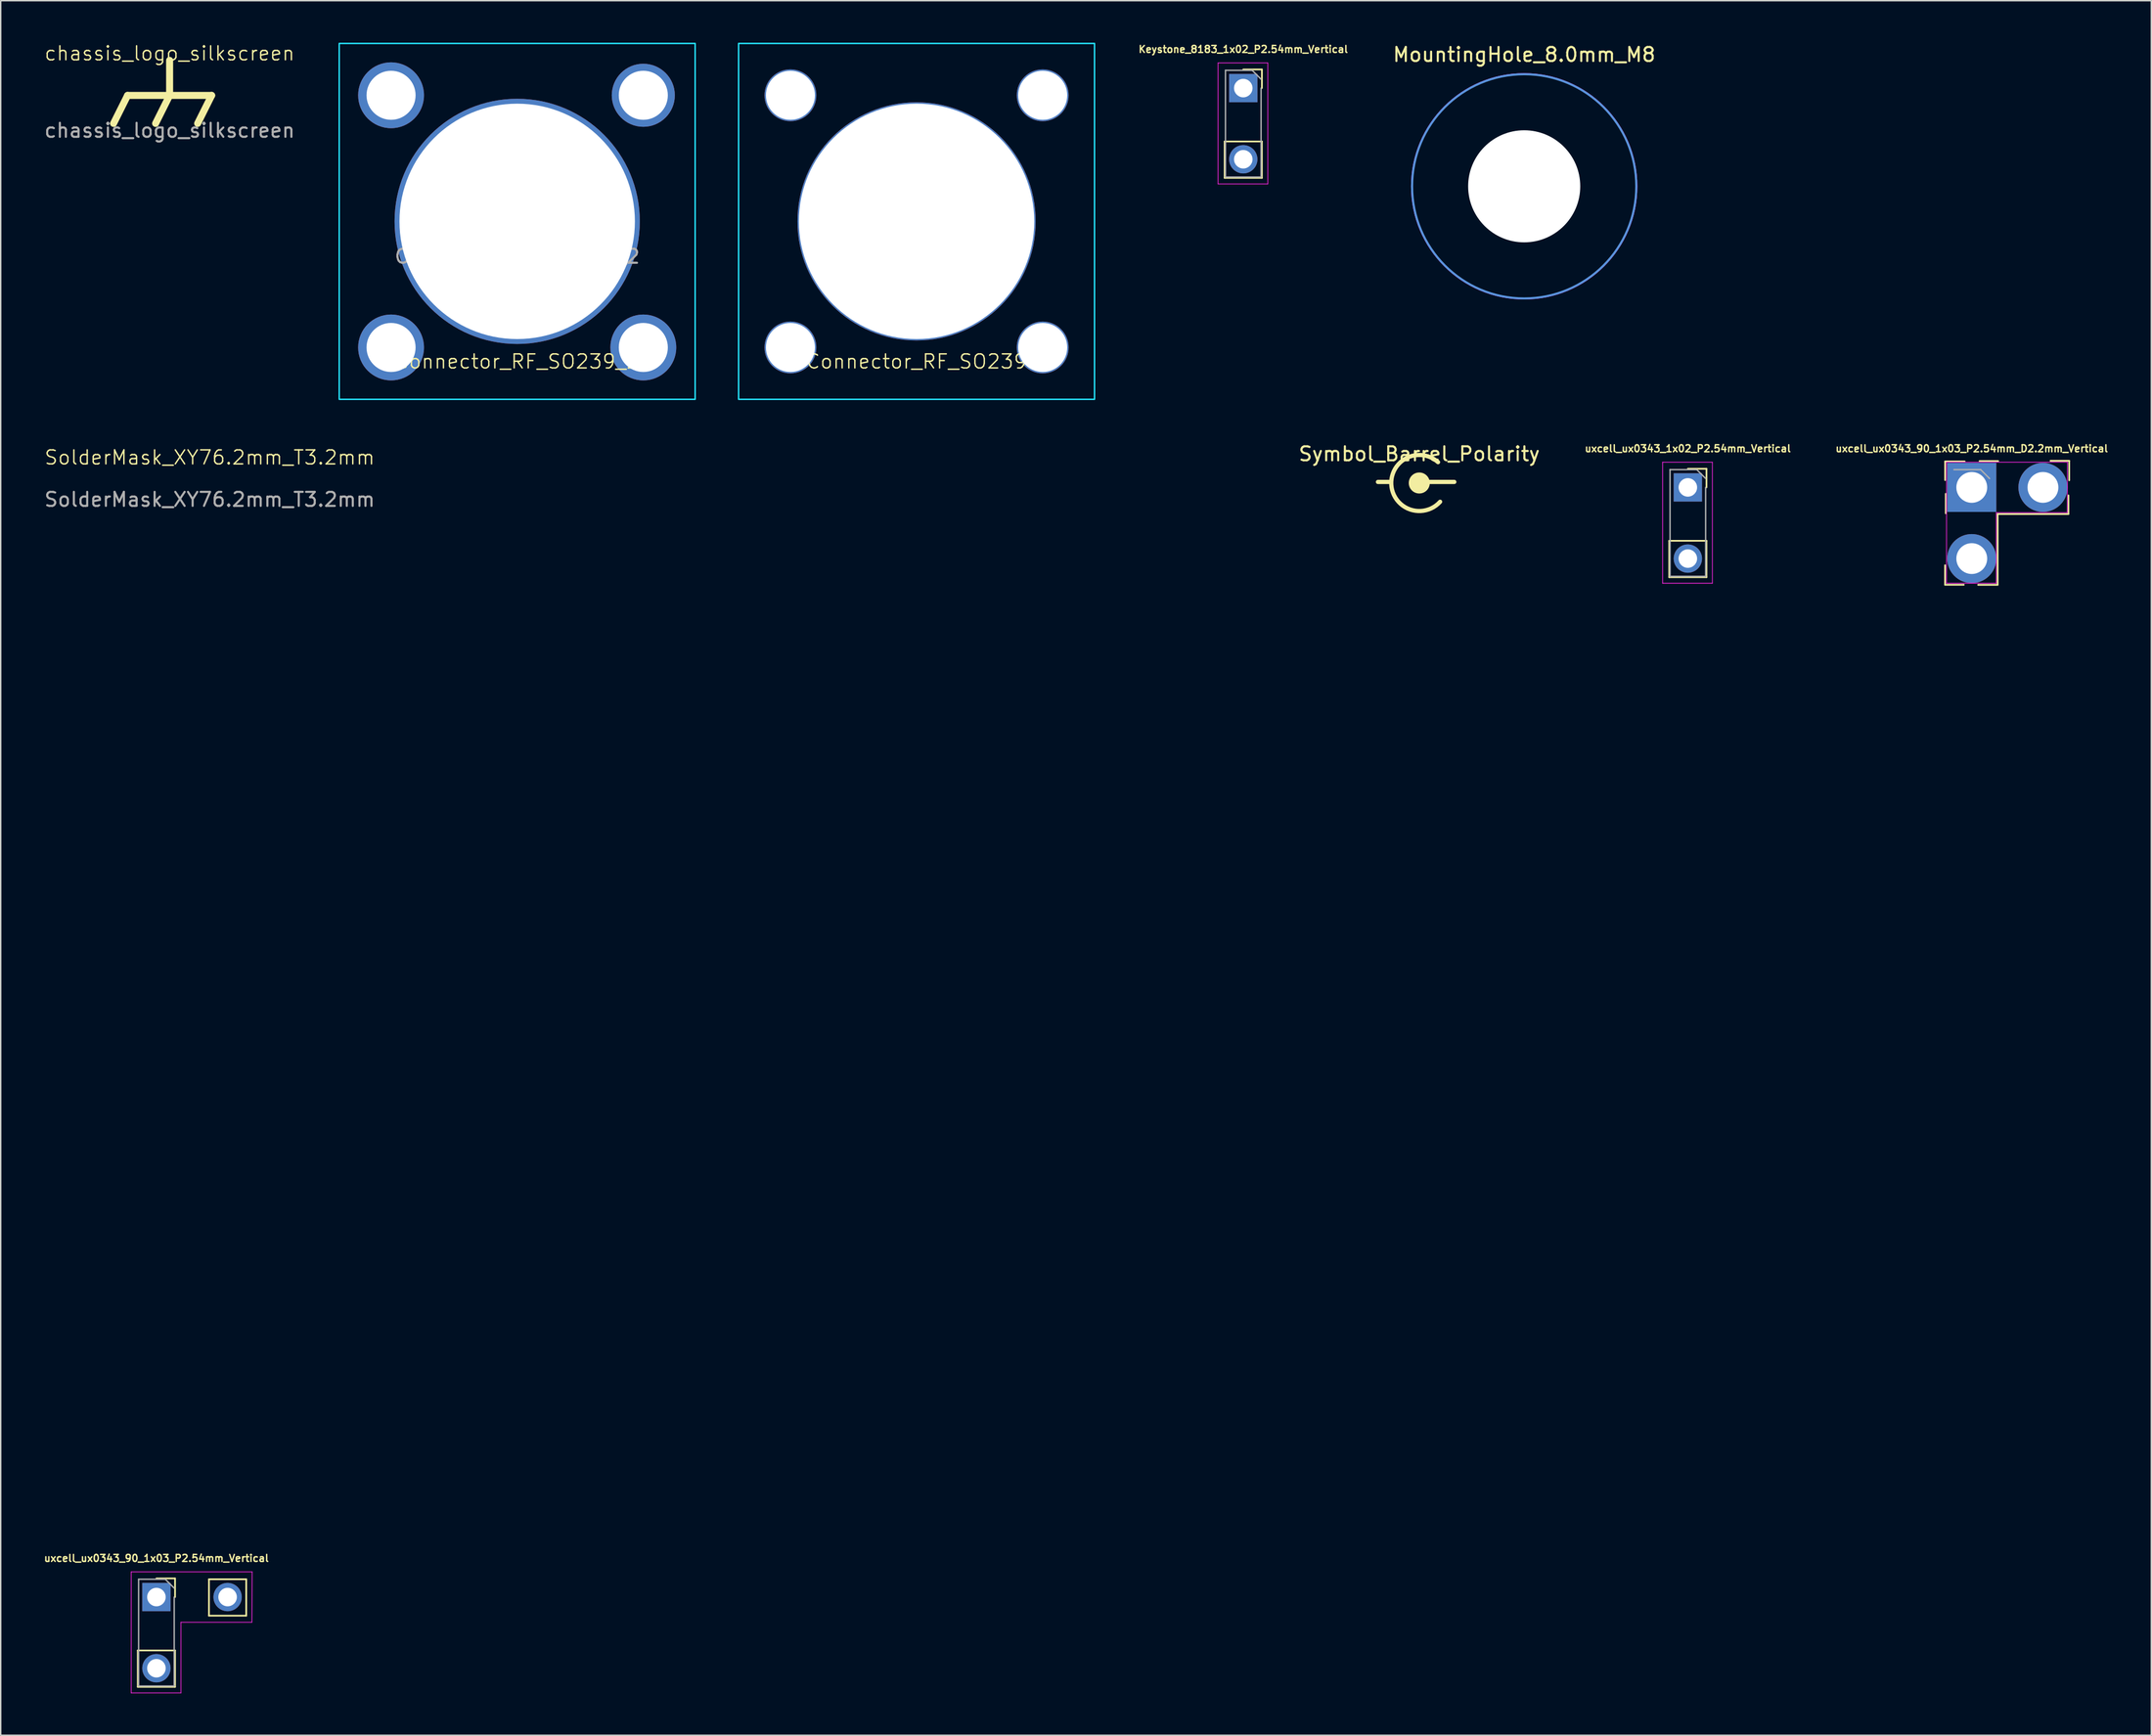
<source format=kicad_pcb>
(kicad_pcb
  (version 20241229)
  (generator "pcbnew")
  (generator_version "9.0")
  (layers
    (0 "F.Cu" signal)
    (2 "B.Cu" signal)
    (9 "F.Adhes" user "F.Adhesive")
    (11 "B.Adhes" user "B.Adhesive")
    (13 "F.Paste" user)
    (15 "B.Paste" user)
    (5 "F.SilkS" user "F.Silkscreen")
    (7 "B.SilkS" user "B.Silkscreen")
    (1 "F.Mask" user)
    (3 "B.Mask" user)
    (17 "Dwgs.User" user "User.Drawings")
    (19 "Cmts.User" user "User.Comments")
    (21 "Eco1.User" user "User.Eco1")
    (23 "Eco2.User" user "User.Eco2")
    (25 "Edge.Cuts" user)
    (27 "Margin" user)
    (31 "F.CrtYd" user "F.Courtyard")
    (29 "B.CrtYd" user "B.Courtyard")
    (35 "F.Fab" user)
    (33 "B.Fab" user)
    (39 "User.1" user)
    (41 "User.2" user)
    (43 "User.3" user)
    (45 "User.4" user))
  (footprint "MountingHole_8.0mm_M8"
    (layer "F.Cu")
    (at 105.718 10.248)
    (property "Reference" "MountingHole_8.0mm_M8" (at 0 -9.4 0) (layer "F.SilkS") (effects (font (size 1 1) (thickness 0.15))))
    (attr exclude_from_pos_files exclude_from_bom)
    (fp_circle (center 0 0) (end 8 0) (stroke (width 0.15) (type solid)) (fill no) (layer "Cmts.User"))
    (fp_circle (center 0 0) (end 8.05 0) (stroke (width 0.05) (type solid)) (fill no) (layer "F.CrtYd"))
    (pad "" np_thru_hole circle (at 0 0) (size 8 8) (drill 8) (layers "*.Cu" "*.Mask")))
  (footprint "uxcell_ux0343_90_1x03_P2.54mm_D2.2mm_Vertical"
    (layer "F.Cu")
    (at 137.656 31.738)
    (property "Reference" "uxcell_ux0343_90_1x03_P2.54mm_D2.2mm_Vertical" (at 0 -2.77 0) (layer "F.SilkS") (effects (font (size 0.5 0.5) (thickness 0.1))))
    (attr through_hole)
    (fp_line (start -1.905 6.95) (end -1.905 5.555) (stroke (width 0.12) (type solid)) (layer "F.SilkS"))
    (fp_line (start -1.9 -1.855) (end -0.505 -1.855) (stroke (width 0.12) (type solid)) (layer "F.SilkS"))
    (fp_line (start -1.9 -0.52) (end -1.9 -1.85) (stroke (width 0.12) (type solid)) (layer "F.SilkS"))
    (fp_line (start -1.855 1.85) (end -1.855 0.455) (stroke (width 0.12) (type solid)) (layer "F.SilkS"))
    (fp_line (start -0.57 6.95) (end -1.9 6.95) (stroke (width 0.12) (type solid)) (layer "F.SilkS"))
    (fp_line (start 0.555 -1.88) (end 1.885 -1.88) (stroke (width 0.12) (type solid)) (layer "F.SilkS"))
    (fp_line (start 1.85 1.905) (end 1.85 6.95) (stroke (width 0.12) (type solid)) (layer "F.SilkS"))
    (fp_line (start 1.85 6.955) (end 0.455 6.955) (stroke (width 0.12) (type solid)) (layer "F.SilkS"))
    (fp_line (start 5.62 -1.9) (end 6.95 -1.9) (stroke (width 0.12) (type solid)) (layer "F.SilkS"))
    (fp_line (start 6.9 0.57) (end 6.9 1.9) (stroke (width 0.12) (type solid)) (layer "F.SilkS"))
    (fp_line (start 6.9 1.905) (end 1.85 1.905) (stroke (width 0.12) (type solid)) (layer "F.SilkS"))
    (fp_line (start 6.955 -1.9) (end 6.955 -0.505) (stroke (width 0.12) (type solid)) (layer "F.SilkS"))
    (fp_line (start -1.8 -1.8) (end 6.83 -1.8) (stroke (width 0.05) (type solid)) (layer "F.CrtYd"))
    (fp_line (start -1.8 6.84) (end -1.8 -1.8) (stroke (width 0.05) (type solid)) (layer "F.CrtYd"))
    (fp_line (start 1.75 1.8) (end 6.815 1.8) (stroke (width 0.05) (type solid)) (layer "F.CrtYd"))
    (fp_line (start 1.75 6.84) (end -1.8 6.84) (stroke (width 0.05) (type solid)) (layer "F.CrtYd"))
    (fp_line (start 1.75 6.84) (end 1.75 1.8) (stroke (width 0.05) (type default)) (layer "F.CrtYd"))
    (fp_line (start 6.83 -1.8) (end 6.815 1.8) (stroke (width 0.05) (type solid)) (layer "F.CrtYd"))
    (fp_line (start -1.27 -1.27) (end 0.635 -1.27) (stroke (width 0.1) (type solid)) (layer "F.Fab"))
    (fp_line (start 0.635 -1.27) (end 1.27 -0.635) (stroke (width 0.1) (type solid)) (layer "F.Fab"))
    (pad "1" thru_hole rect (at 0 0) (size 3.5 3.5) (drill 2.2) (layers "*.Cu" "*.Mask"))
    (pad "2" thru_hole oval (at 0 5.08) (size 3.5 3.5) (drill 2.2) (layers "*.Cu" "*.Mask"))
    (pad "3" thru_hole oval (at 5.08 0) (size 3.5 3.5) (drill 2.2) (layers "*.Cu" "*.Mask")))
  (footprint "Connector_RF_SO239"
    (layer "F.Cu")
    (at 62.357 12.75)
    (property "Reference" "Connector_RF_SO239" (at 0 10 0) (unlocked yes) (layer "F.SilkS") (effects (font (size 1 1) (thickness 0.1))))
    (attr through_hole)
    (fp_rect (start -12.7 -12.7) (end 12.7 12.7) (stroke (width 0.1) (type default)) (fill no) (layer "B.CrtYd"))
    (fp_text user "${REFERENCE}" (at 0 2.5 0) (unlocked yes) (layer "F.Fab") (effects (font (size 1 1) (thickness 0.15))))
    (pad "1" thru_hole circle (at 0 0) (size 17 17) (drill 16.8) (layers "*.Cu" "*.Mask"))
    (pad "2" thru_hole circle (at -9 -9) (size 3.7 3.7) (drill 3.5) (layers "*.Cu" "*.Mask"))
    (pad "2" thru_hole circle (at -9 9) (size 3.7 3.7) (drill 3.5) (layers "*.Cu" "*.Mask"))
    (pad "2" thru_hole circle (at 9 -9) (size 3.7 3.7) (drill 3.5) (layers "*.Cu" "*.Mask"))
    (pad "2" thru_hole circle (at 9 9) (size 3.7 3.7) (drill 3.5) (layers "*.Cu" "*.Mask")))
  (footprint "SolderMask_XY76.2mm_T3.2mm"
    (layer "F.Cu")
    (at 11.911 30.1)
    (property "Reference" "SolderMask_XY76.2mm_T3.2mm" (at 0 -0.5 0) (unlocked yes) (layer "F.SilkS") (effects (font (size 1 1) (thickness 0.1))))
    (fp_rect (start 0 0) (end 73 73) (stroke (width 3.2) (type default)) (fill no) (layer "F.Mask"))
    (fp_rect (start 0 0) (end 73 73) (stroke (width 3.2) (type default)) (fill no) (layer "B.Mask"))
    (fp_text user "${REFERENCE}" (at 0 2.5 0) (unlocked yes) (layer "F.Fab") (effects (font (size 1 1) (thickness 0.15)))))
  (footprint "Connector_RF_SO239_2"
    (layer "F.Cu")
    (at 33.857 12.75)
    (property "Reference" "Connector_RF_SO239_2" (at 0 10 0) (unlocked yes) (layer "F.SilkS") (effects (font (size 1 1) (thickness 0.1))))
    (attr through_hole)
    (fp_rect (start -12.7 -12.7) (end 12.7 12.7) (stroke (width 0.1) (type default)) (fill no) (layer "B.CrtYd"))
    (fp_text user "${REFERENCE}" (at 0 2.5 0) (unlocked yes) (layer "F.Fab") (effects (font (size 1 1) (thickness 0.15))))
    (pad "1" thru_hole circle (at 0 0) (size 17.5 17.5) (drill 16.8) (layers "*.Cu" "*.Mask"))
    (pad "2" thru_hole circle (at -9 -9) (size 4.7 4.7) (drill 3.5) (layers "*.Cu" "*.Mask"))
    (pad "2" thru_hole circle (at -9 9) (size 4.7 4.7) (drill 3.5) (layers "*.Cu" "*.Mask"))
    (pad "2" thru_hole circle (at 9 -9) (size 4.5 4.5) (drill 3.5) (layers "*.Cu" "*.Mask"))
    (pad "2" thru_hole circle (at 9 9) (size 4.7 4.7) (drill 3.5) (layers "*.Cu" "*.Mask")))
  (footprint "uxcell_ux0343_1x02_P2.54mm_Vertical"
    (layer "F.Cu")
    (at 117.396 31.738)
    (property "Reference" "uxcell_ux0343_1x02_P2.54mm_Vertical" (at 0 -2.77 0) (layer "F.SilkS") (effects (font (size 0.5 0.5) (thickness 0.1))))
    (attr through_hole)
    (fp_line (start -1.33 3.81) (end -1.33 6.41) (stroke (width 0.12) (type solid)) (layer "F.SilkS"))
    (fp_line (start -1.33 3.81) (end 1.33 3.81) (stroke (width 0.12) (type solid)) (layer "F.SilkS"))
    (fp_line (start -1.33 6.41) (end 1.33 6.41) (stroke (width 0.12) (type solid)) (layer "F.SilkS"))
    (fp_line (start 0 -1.33) (end 1.33 -1.33) (stroke (width 0.12) (type solid)) (layer "F.SilkS"))
    (fp_line (start 1.33 -1.33) (end 1.33 0) (stroke (width 0.12) (type solid)) (layer "F.SilkS"))
    (fp_line (start 1.33 3.81) (end 1.33 6.41) (stroke (width 0.12) (type solid)) (layer "F.SilkS"))
    (fp_line (start -1.8 -1.8) (end 1.75 -1.8) (stroke (width 0.05) (type solid)) (layer "F.CrtYd"))
    (fp_line (start -1.8 6.84) (end -1.8 -1.8) (stroke (width 0.05) (type solid)) (layer "F.CrtYd"))
    (fp_line (start 1.75 -1.8) (end 1.75 6.84) (stroke (width 0.05) (type solid)) (layer "F.CrtYd"))
    (fp_line (start 1.75 6.84) (end -1.8 6.84) (stroke (width 0.05) (type solid)) (layer "F.CrtYd"))
    (fp_line (start -1.27 -1.27) (end 0.635 -1.27) (stroke (width 0.1) (type solid)) (layer "F.Fab"))
    (fp_line (start -1.27 6.35) (end -1.27 -1.27) (stroke (width 0.1) (type solid)) (layer "F.Fab"))
    (fp_line (start 0.635 -1.27) (end 1.27 -0.635) (stroke (width 0.1) (type solid)) (layer "F.Fab"))
    (fp_line (start 1.27 0) (end 1.27 6.35) (stroke (width 0.1) (type solid)) (layer "F.Fab"))
    (fp_line (start 1.27 6.35) (end -1.27 6.35) (stroke (width 0.1) (type solid)) (layer "F.Fab"))
    (pad "1" thru_hole rect (at 0 0) (size 2.02 2.02) (drill 1.32) (layers "*.Cu" "*.Mask"))
    (pad "2" thru_hole oval (at 0 5.08) (size 2.02 2.02) (drill 1.32) (layers "*.Cu" "*.Mask")))
  (footprint "Symbol_Barrel_Polarity"
    (layer "F.Cu")
    (at 98.231 31.348)
    (property "Reference" "Symbol_Barrel_Polarity" (at 0 -2 0) (layer "F.SilkS") (effects (font (size 1 1) (thickness 0.15))))
    (attr exclude_from_pos_files exclude_from_bom)
    (fp_line (start -2.95 0) (end -2.05 0) (stroke (width 0.3) (type solid)) (layer "F.SilkS"))
    (fp_line (start 0 0) (end 2.5 0) (stroke (width 0.3) (type solid)) (layer "F.SilkS"))
    (fp_arc (start 1.487112 1.413399) (mid -1.997939 0.180154) (end 1.338399 -1.412112) (stroke (width 0.3) (type solid)) (layer "F.SilkS"))
    (fp_circle (center 0 0.075) (end 0.5 0.075) (stroke (width 0.5) (type solid)) (fill yes) (layer "F.SilkS")))
  (footprint "uxcell_ux0343_90_1x03_P2.54mm_Vertical"
    (layer "F.Cu")
    (at 8.112 110.938)
    (property "Reference" "uxcell_ux0343_90_1x03_P2.54mm_Vertical" (at 0 -2.77 0) (layer "F.SilkS") (effects (font (size 0.5 0.5) (thickness 0.1))))
    (attr through_hole)
    (fp_line (start -1.33 3.81) (end -1.33 6.41) (stroke (width 0.12) (type solid)) (layer "F.SilkS"))
    (fp_line (start -1.33 3.81) (end 1.33 3.81) (stroke (width 0.12) (type solid)) (layer "F.SilkS"))
    (fp_line (start -1.33 6.41) (end 1.33 6.41) (stroke (width 0.12) (type solid)) (layer "F.SilkS"))
    (fp_line (start 0 -1.33) (end 1.33 -1.33) (stroke (width 0.12) (type solid)) (layer "F.SilkS"))
    (fp_line (start 1.33 -1.33) (end 1.33 0) (stroke (width 0.12) (type solid)) (layer "F.SilkS"))
    (fp_line (start 1.33 3.81) (end 1.33 6.41) (stroke (width 0.12) (type solid)) (layer "F.SilkS"))
    (fp_line (start 3.75 -1.27) (end 3.75 1.33) (stroke (width 0.12) (type solid)) (layer "F.SilkS"))
    (fp_line (start 3.75 -1.27) (end 6.41 -1.27) (stroke (width 0.12) (type solid)) (layer "F.SilkS"))
    (fp_line (start 3.75 1.33) (end 6.41 1.33) (stroke (width 0.12) (type solid)) (layer "F.SilkS"))
    (fp_line (start 6.41 -1.27) (end 6.41 1.33) (stroke (width 0.12) (type solid)) (layer "F.SilkS"))
    (fp_line (start -1.8 -1.8) (end 6.83 -1.8) (stroke (width 0.05) (type solid)) (layer "F.CrtYd"))
    (fp_line (start -1.8 6.84) (end -1.8 -1.8) (stroke (width 0.05) (type solid)) (layer "F.CrtYd"))
    (fp_line (start 1.75 1.8) (end 6.815 1.8) (stroke (width 0.05) (type solid)) (layer "F.CrtYd"))
    (fp_line (start 1.75 6.84) (end -1.8 6.84) (stroke (width 0.05) (type solid)) (layer "F.CrtYd"))
    (fp_line (start 1.75 6.84) (end 1.75 1.8) (stroke (width 0.05) (type default)) (layer "F.CrtYd"))
    (fp_line (start 6.83 -1.8) (end 6.815 1.8) (stroke (width 0.05) (type solid)) (layer "F.CrtYd"))
    (fp_line (start -1.27 -1.27) (end 0.635 -1.27) (stroke (width 0.1) (type solid)) (layer "F.Fab"))
    (fp_line (start -1.27 6.35) (end -1.27 -1.27) (stroke (width 0.1) (type solid)) (layer "F.Fab"))
    (fp_line (start 0.635 -1.27) (end 1.27 -0.635) (stroke (width 0.1) (type solid)) (layer "F.Fab"))
    (fp_line (start 1.27 0) (end 1.27 6.35) (stroke (width 0.1) (type solid)) (layer "F.Fab"))
    (fp_line (start 1.27 6.35) (end -1.27 6.35) (stroke (width 0.1) (type solid)) (layer "F.Fab"))
    (pad "1" thru_hole rect (at 0 0) (size 2.02 2.02) (drill 1.32) (layers "*.Cu" "*.Mask"))
    (pad "2" thru_hole oval (at 0 5.08) (size 2.02 2.02) (drill 1.32) (layers "*.Cu" "*.Mask"))
    (pad "3" thru_hole oval (at 5.08 0) (size 2.02 2.02) (drill 1.32) (layers "*.Cu" "*.Mask")))
  (footprint "chassis_logo_silkscreen"
    (layer "F.Cu")
    (at 9.054 3.76)
    (property "Reference" "chassis_logo_silkscreen" (at 0 -3 0) (unlocked yes) (layer "F.SilkS") (effects (font (size 1 1) (thickness 0.1))))
    (fp_line (start -3 0) (end -4 2) (stroke (width 0.5) (type default)) (layer "F.SilkS"))
    (fp_line (start -3 0) (end 3 0) (stroke (width 0.5) (type default)) (layer "F.SilkS"))
    (fp_line (start 0 0) (end -1 2) (stroke (width 0.5) (type default)) (layer "F.SilkS"))
    (fp_line (start 0 0) (end 0 -2.5) (stroke (width 0.5) (type default)) (layer "F.SilkS"))
    (fp_line (start 3 0) (end 2 2) (stroke (width 0.5) (type default)) (layer "F.SilkS"))
    (fp_text user "${REFERENCE}" (at 0 2.5 0) (unlocked yes) (layer "F.Fab") (effects (font (size 1 1) (thickness 0.15)))))
  (footprint "Keystone_8183_1x02_P2.54mm_Vertical"
    (layer "F.Cu")
    (at 85.671 3.238)
    (property "Reference" "Keystone_8183_1x02_P2.54mm_Vertical" (at 0 -2.77 0) (layer "F.SilkS") (effects (font (size 0.5 0.5) (thickness 0.1))))
    (attr through_hole)
    (fp_line (start -1.33 3.81) (end -1.33 6.41) (stroke (width 0.12) (type solid)) (layer "F.SilkS"))
    (fp_line (start -1.33 3.81) (end 1.33 3.81) (stroke (width 0.12) (type solid)) (layer "F.SilkS"))
    (fp_line (start -1.33 6.41) (end 1.33 6.41) (stroke (width 0.12) (type solid)) (layer "F.SilkS"))
    (fp_line (start 0 -1.33) (end 1.33 -1.33) (stroke (width 0.12) (type solid)) (layer "F.SilkS"))
    (fp_line (start 1.33 -1.33) (end 1.33 0) (stroke (width 0.12) (type solid)) (layer "F.SilkS"))
    (fp_line (start 1.33 3.81) (end 1.33 6.41) (stroke (width 0.12) (type solid)) (layer "F.SilkS"))
    (fp_line (start -1.8 -1.8) (end 1.75 -1.8) (stroke (width 0.05) (type solid)) (layer "F.CrtYd"))
    (fp_line (start -1.8 6.84) (end -1.8 -1.8) (stroke (width 0.05) (type solid)) (layer "F.CrtYd"))
    (fp_line (start 1.75 -1.8) (end 1.75 6.84) (stroke (width 0.05) (type solid)) (layer "F.CrtYd"))
    (fp_line (start 1.75 6.84) (end -1.8 6.84) (stroke (width 0.05) (type solid)) (layer "F.CrtYd"))
    (fp_line (start -1.27 -1.27) (end 0.635 -1.27) (stroke (width 0.1) (type solid)) (layer "F.Fab"))
    (fp_line (start -1.27 6.35) (end -1.27 -1.27) (stroke (width 0.1) (type solid)) (layer "F.Fab"))
    (fp_line (start 0.635 -1.27) (end 1.27 -0.635) (stroke (width 0.1) (type solid)) (layer "F.Fab"))
    (fp_line (start 1.27 0) (end 1.27 6.35) (stroke (width 0.1) (type solid)) (layer "F.Fab"))
    (fp_line (start 1.27 6.35) (end -1.27 6.35) (stroke (width 0.1) (type solid)) (layer "F.Fab"))
    (pad "1" thru_hole rect (at 0 0) (size 2.02 2.02) (drill 1.32) (layers "*.Cu" "*.Mask"))
    (pad "2" thru_hole oval (at 0 5.08) (size 2.02 2.02) (drill 1.32) (layers "*.Cu" "*.Mask")))
  (gr_rect
    (start -3 -3)
    (end 150.47 120.803)
    (stroke (width 0.1) (type default))
    (fill no)
    (layer "Edge.Cuts")))
</source>
